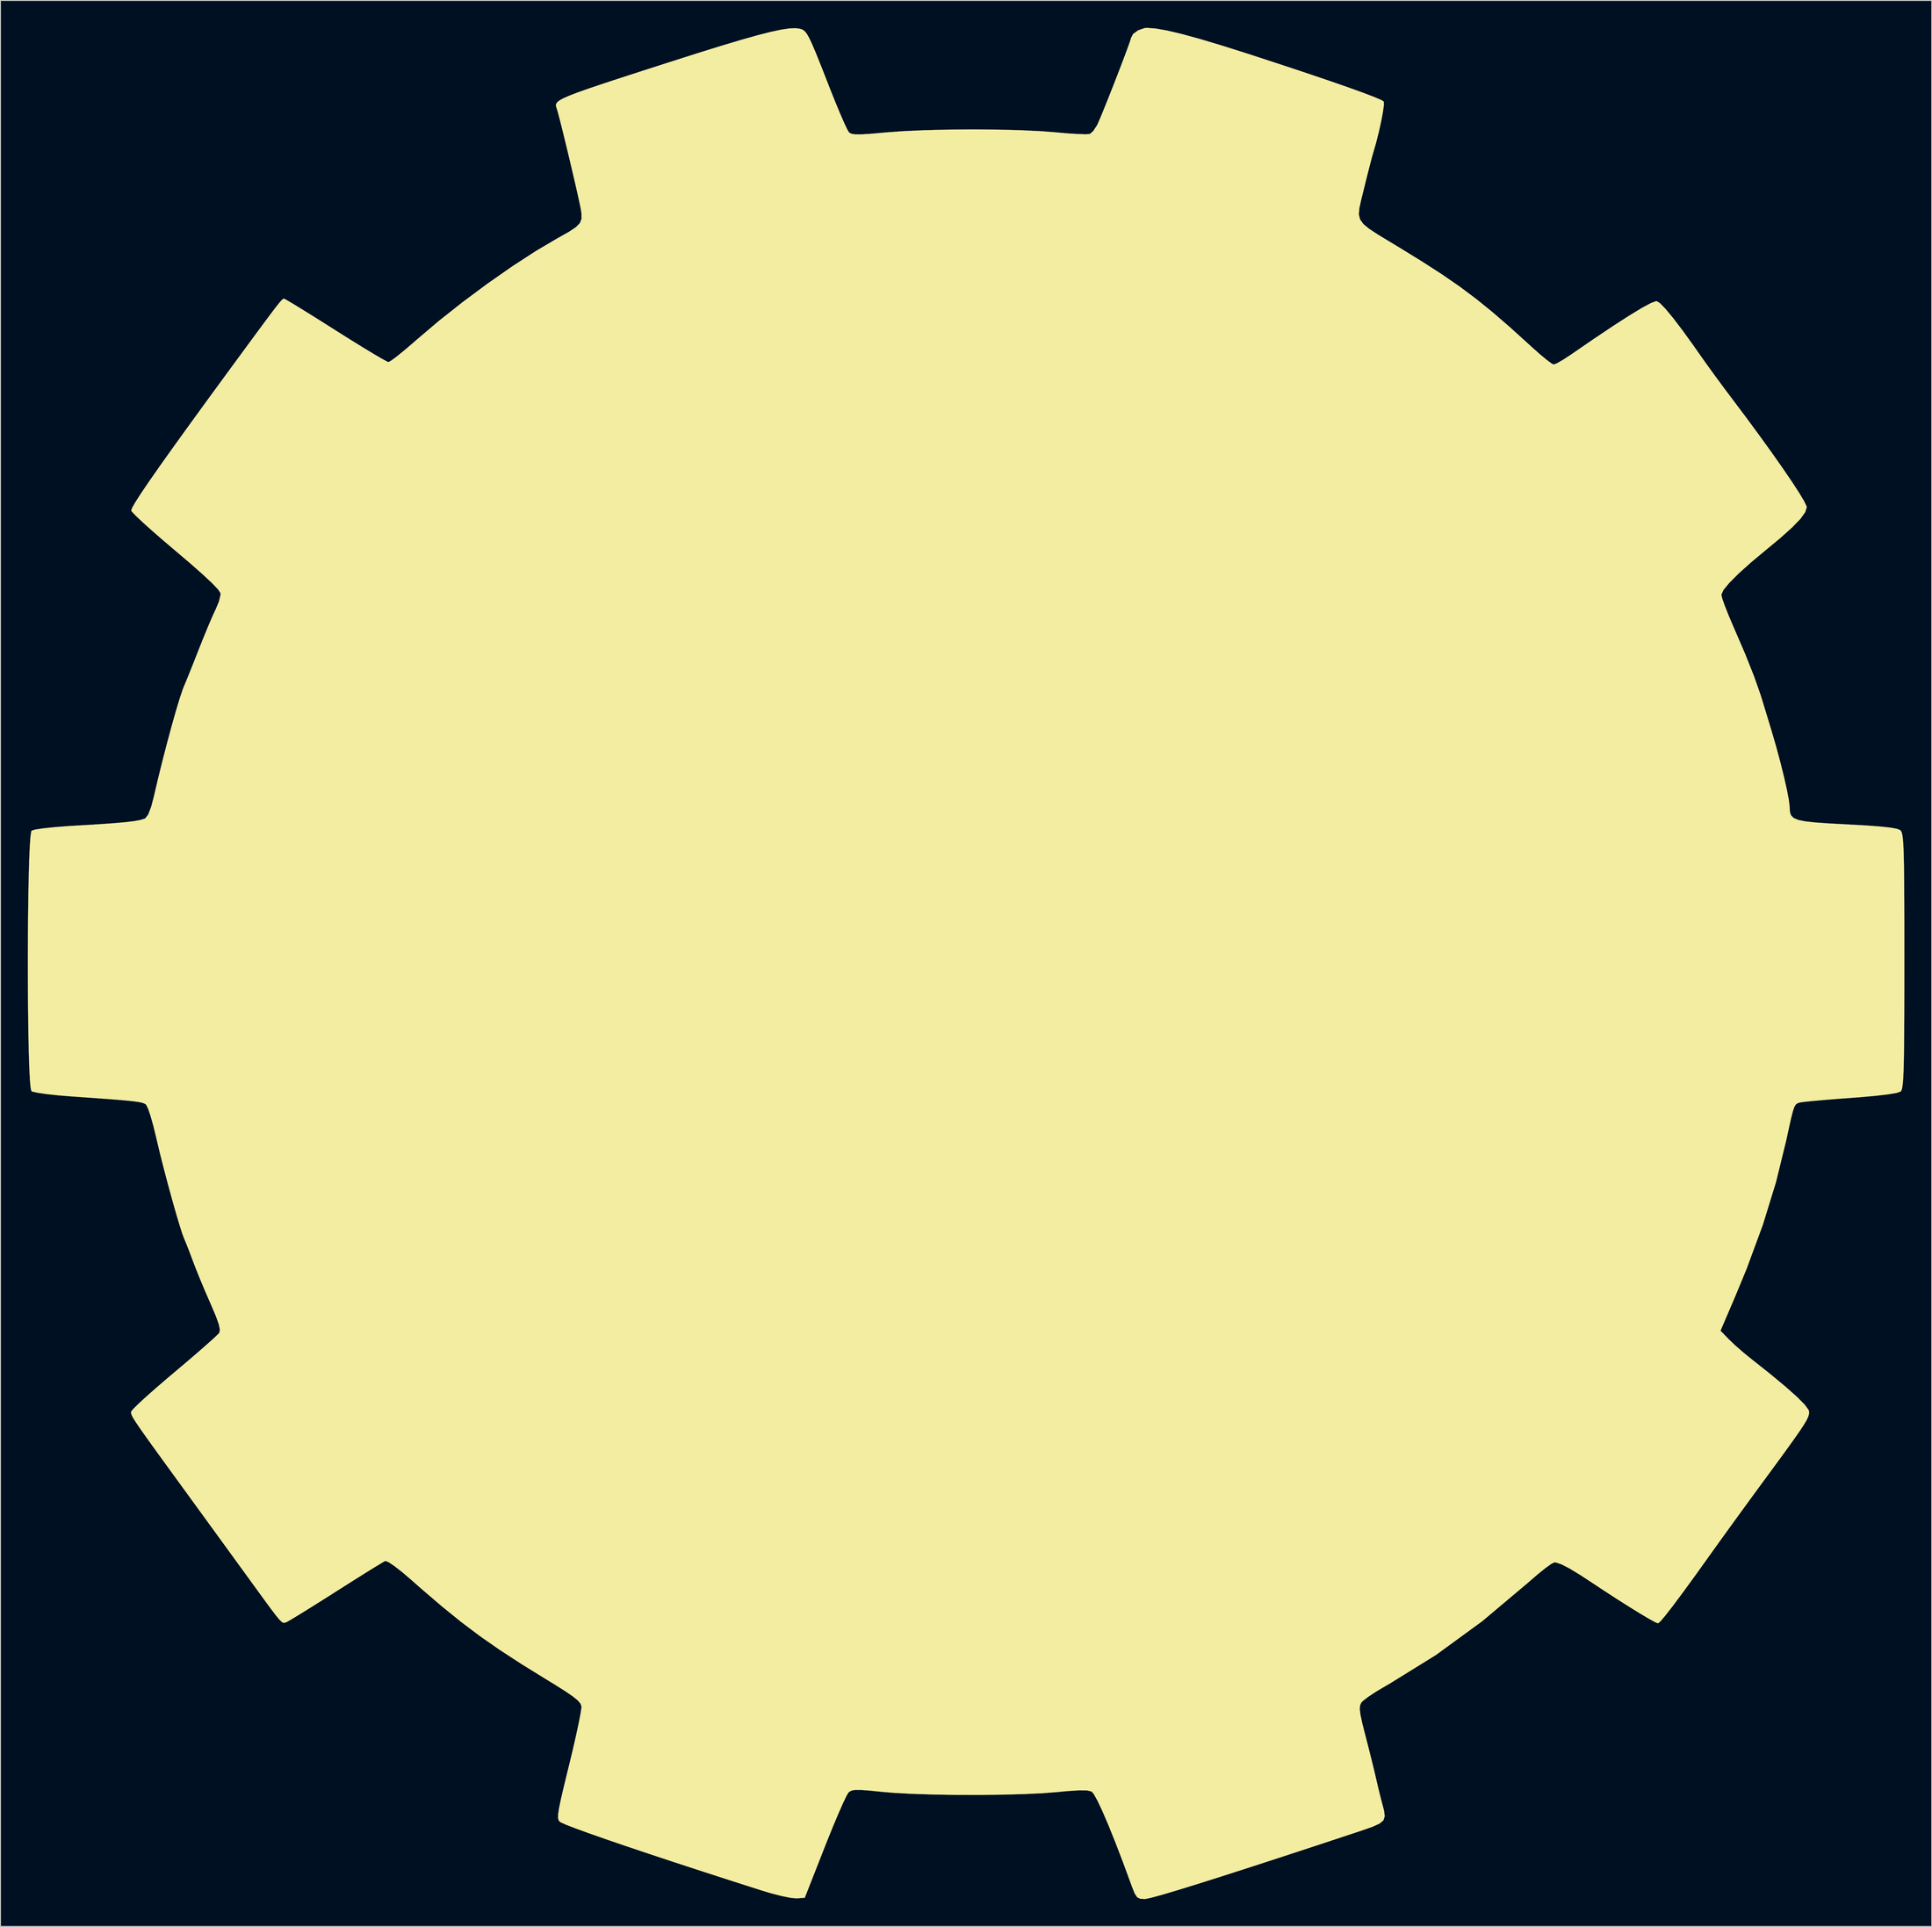
<source format=kicad_pcb>
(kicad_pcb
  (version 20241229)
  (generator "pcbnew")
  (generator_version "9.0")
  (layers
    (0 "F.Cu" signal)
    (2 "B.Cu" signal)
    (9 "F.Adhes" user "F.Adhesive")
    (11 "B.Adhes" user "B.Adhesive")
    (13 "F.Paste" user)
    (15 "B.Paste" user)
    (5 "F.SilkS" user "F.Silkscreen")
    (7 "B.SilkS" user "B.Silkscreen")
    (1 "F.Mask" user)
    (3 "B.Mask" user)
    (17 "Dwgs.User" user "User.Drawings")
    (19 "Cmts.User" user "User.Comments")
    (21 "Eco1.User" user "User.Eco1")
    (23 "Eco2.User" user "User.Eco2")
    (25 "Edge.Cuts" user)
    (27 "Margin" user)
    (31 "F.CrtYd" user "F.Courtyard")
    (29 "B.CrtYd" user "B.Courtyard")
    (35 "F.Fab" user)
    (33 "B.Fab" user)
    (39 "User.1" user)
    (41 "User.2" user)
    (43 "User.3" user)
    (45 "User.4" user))
  (footprint "gear_background"
    (layer "F.Cu")
    (at 102.714 102.407)
    (property "Reference" "gear_background" (at 0 0 0) (layer "F.SilkS") (effects (font (size 1.524 1.524) (thickness 0.3))))
    (attr through_hole)
    (fp_poly (pts (xy 20.889 -102.329) (xy 22.155 -102.107) (xy 23.775 -101.724) (xy 25.783 -101.173) (xy 28.214 -100.444) (xy 31.103 -99.528) (xy 31.416 -99.426) (xy 34.548 -98.402) (xy 37.357 -97.469) (xy 39.814 -96.637) (xy 41.893 -95.916) (xy 43.567 -95.313) (xy 44.809 -94.84) (xy 45.593 -94.506) (xy 45.888 -94.326) (xy 45.901 -93.96) (xy 45.799 -93.204) (xy 45.608 -92.183) (xy 45.352 -91.024) (xy 45.058 -89.851) (xy 44.784 -88.9) (xy 44.588 -88.211) (xy 44.309 -87.152) (xy 43.985 -85.875) (xy 43.693 -84.685) (xy 43.405 -83.525) (xy 43.211 -82.642) (xy 43.156 -81.961) (xy 43.289 -81.406) (xy 43.654 -80.9) (xy 44.298 -80.369) (xy 45.268 -79.735) (xy 46.609 -78.923) (xy 47.553 -78.354) (xy 50.087 -76.794) (xy 52.262 -75.391) (xy 54.197 -74.056) (xy 56.008 -72.702) (xy 57.814 -71.239) (xy 59.731 -69.581) (xy 61.876 -67.638) (xy 62.088 -67.444) (xy 62.98 -66.648) (xy 63.749 -66.011) (xy 64.299 -65.608) (xy 64.514 -65.506) (xy 64.88 -65.65) (xy 65.542 -66.029) (xy 66.359 -66.563) (xy 66.423 -66.607) (xy 68.916 -68.319) (xy 71.049 -69.747) (xy 72.811 -70.882) (xy 74.187 -71.717) (xy 75.167 -72.243) (xy 75.736 -72.453) (xy 75.786 -72.457) (xy 76.15 -72.237) (xy 76.768 -71.6) (xy 77.608 -70.586) (xy 78.642 -69.23) (xy 79.839 -67.57) (xy 80.348 -66.842) (xy 81.185 -65.657) (xy 82.203 -64.25) (xy 83.255 -62.824) (xy 83.953 -61.896) (xy 85.545 -59.778) (xy 87.041 -57.746) (xy 88.41 -55.848) (xy 89.618 -54.128) (xy 90.636 -52.633) (xy 91.431 -51.409) (xy 91.972 -50.501) (xy 92.226 -49.956) (xy 92.242 -49.866) (xy 92.074 -49.323) (xy 91.552 -48.597) (xy 90.652 -47.662) (xy 89.347 -46.492) (xy 87.888 -45.282) (xy 86.176 -43.855) (xy 84.791 -42.613) (xy 83.762 -41.585) (xy 83.117 -40.8) (xy 82.885 -40.285) (xy 82.884 -40.272) (xy 82.989 -39.836) (xy 83.275 -39.028) (xy 83.699 -37.96) (xy 84.218 -36.744) (xy 84.256 -36.659) (xy 85.493 -33.787) (xy 86.465 -31.343) (xy 87.184 -29.298) (xy 87.316 -28.876) (xy 87.571 -28.039) (xy 87.916 -26.907) (xy 88.284 -25.696) (xy 88.36 -25.447) (xy 88.862 -23.73) (xy 89.329 -22) (xy 89.738 -20.361) (xy 90.064 -18.914) (xy 90.283 -17.764) (xy 90.37 -17.013) (xy 90.371 -16.971) (xy 90.398 -16.477) (xy 90.524 -16.095) (xy 90.812 -15.805) (xy 91.323 -15.59) (xy 92.123 -15.43) (xy 93.274 -15.307) (xy 94.838 -15.201) (xy 96.653 -15.105) (xy 98.734 -14.989) (xy 100.321 -14.871) (xy 101.452 -14.746) (xy 102.168 -14.61) (xy 102.496 -14.471) (xy 102.594 -14.351) (xy 102.677 -14.14) (xy 102.745 -13.794) (xy 102.8 -13.27) (xy 102.844 -12.525) (xy 102.877 -11.516) (xy 102.902 -10.199) (xy 102.919 -8.531) (xy 102.929 -6.47) (xy 102.935 -3.971) (xy 102.937 -0.992) (xy 102.937 -0.134) (xy 102.935 2.999) (xy 102.93 5.64) (xy 102.919 7.83) (xy 102.902 9.611) (xy 102.878 11.027) (xy 102.844 12.119) (xy 102.801 12.928) (xy 102.747 13.498) (xy 102.681 13.871) (xy 102.601 14.088) (xy 102.532 14.173) (xy 102.103 14.321) (xy 101.184 14.477) (xy 99.821 14.637) (xy 98.059 14.795) (xy 97.118 14.865) (xy 95.5 14.986) (xy 94.035 15.105) (xy 92.819 15.214) (xy 91.949 15.304) (xy 91.525 15.365) (xy 91.266 15.439) (xy 91.068 15.566) (xy 90.899 15.828) (xy 90.73 16.305) (xy 90.532 17.077) (xy 90.275 18.225) (xy 89.996 19.518) (xy 88.864 24.131) (xy 87.433 28.776) (xy 85.663 33.576) (xy 84.427 36.569) (xy 82.793 40.386) (xy 83.701 41.324) (xy 84.415 42.003) (xy 85.332 42.802) (xy 86.053 43.389) (xy 88.197 45.091) (xy 89.902 46.505) (xy 91.175 47.636) (xy 92.022 48.491) (xy 92.45 49.075) (xy 92.509 49.279) (xy 92.487 49.53) (xy 92.4 49.824) (xy 92.214 50.212) (xy 91.896 50.743) (xy 91.415 51.467) (xy 90.737 52.433) (xy 89.83 53.692) (xy 88.661 55.292) (xy 87.584 56.758) (xy 86.38 58.401) (xy 85.116 60.134) (xy 83.885 61.83) (xy 82.78 63.36) (xy 81.895 64.595) (xy 81.859 64.646) (xy 80.135 67.054) (xy 78.705 69.021) (xy 77.569 70.545) (xy 76.727 71.626) (xy 76.181 72.263) (xy 75.938 72.457) (xy 75.602 72.316) (xy 74.899 71.926) (xy 73.902 71.332) (xy 72.688 70.581) (xy 71.334 69.721) (xy 69.915 68.798) (xy 68.981 68.178) (xy 67.43 67.162) (xy 66.249 66.445) (xy 65.386 65.999) (xy 64.787 65.794) (xy 64.588 65.773) (xy 64.241 65.943) (xy 63.593 66.409) (xy 62.736 67.099) (xy 61.759 67.944) (xy 61.7 67.997) (xy 56.675 72.225) (xy 51.606 75.923) (xy 46.487 79.095) (xy 46.151 79.284) (xy 45.107 79.9) (xy 44.219 80.483) (xy 43.609 80.951) (xy 43.423 81.147) (xy 43.288 81.449) (xy 43.254 81.867) (xy 43.335 82.502) (xy 43.543 83.453) (xy 43.874 84.757) (xy 44.236 86.167) (xy 44.589 87.574) (xy 44.886 88.794) (xy 45.046 89.481) (xy 45.297 90.559) (xy 45.553 91.596) (xy 45.7 92.154) (xy 45.92 92.992) (xy 45.993 93.595) (xy 45.852 94.039) (xy 45.43 94.398) (xy 44.662 94.747) (xy 43.482 95.161) (xy 42.846 95.372) (xy 38.42 96.836) (xy 34.445 98.141) (xy 30.926 99.285) (xy 27.871 100.267) (xy 25.285 101.084) (xy 23.176 101.734) (xy 21.55 102.215) (xy 20.414 102.525) (xy 19.774 102.662) (xy 19.684 102.669) (xy 19.19 102.639) (xy 18.859 102.472) (xy 18.589 102.054) (xy 18.277 101.272) (xy 18.178 100.998) (xy 17.306 98.629) (xy 16.484 96.488) (xy 15.733 94.622) (xy 15.072 93.081) (xy 14.522 91.91) (xy 14.104 91.159) (xy 13.867 90.886) (xy 13.388 90.77) (xy 12.528 90.754) (xy 11.234 90.837) (xy 10.214 90.937) (xy 8.556 91.07) (xy 6.486 91.168) (xy 4.125 91.231) (xy 1.594 91.261) (xy -0.984 91.256) (xy -3.489 91.216) (xy -5.8 91.143) (xy -7.794 91.035) (xy -9.05 90.928) (xy -10.447 90.786) (xy -11.411 90.713) (xy -12.041 90.71) (xy -12.434 90.779) (xy -12.691 90.922) (xy -12.778 91.002) (xy -12.997 91.368) (xy -13.373 92.155) (xy -13.871 93.285) (xy -14.459 94.679) (xy -15.1 96.26) (xy -15.386 96.982) (xy -17.569 102.536) (xy -18.477 102.597) (xy -19.105 102.541) (xy -20.089 102.344) (xy -21.278 102.038) (xy -22.192 101.764) (xy -25.596 100.675) (xy -28.834 99.627) (xy -31.867 98.635) (xy -34.66 97.709) (xy -37.176 96.863) (xy -39.379 96.109) (xy -41.23 95.459) (xy -42.695 94.926) (xy -43.736 94.523) (xy -44.317 94.261) (xy -44.409 94.202) (xy -44.539 94.043) (xy -44.604 93.791) (xy -44.595 93.379) (xy -44.5 92.741) (xy -44.308 91.81) (xy -44.01 90.519) (xy -43.593 88.803) (xy -43.402 88.026) (xy -42.987 86.305) (xy -42.626 84.726) (xy -42.336 83.373) (xy -42.135 82.333) (xy -42.042 81.689) (xy -42.039 81.555) (xy -42.146 81.252) (xy -42.446 80.899) (xy -43 80.45) (xy -43.868 79.858) (xy -45.112 79.075) (xy -45.868 78.614) (xy -48.608 76.92) (xy -50.996 75.366) (xy -53.16 73.857) (xy -55.229 72.3) (xy -57.33 70.599) (xy -59.592 68.661) (xy -60.666 67.713) (xy -61.675 66.851) (xy -62.544 66.174) (xy -63.191 65.742) (xy -63.533 65.615) (xy -63.539 65.617) (xy -63.861 65.796) (xy -64.563 66.22) (xy -65.576 66.846) (xy -66.828 67.631) (xy -68.251 68.531) (xy -68.926 68.96) (xy -70.408 69.9) (xy -71.755 70.745) (xy -72.897 71.453) (xy -73.763 71.979) (xy -74.282 72.28) (xy -74.382 72.329) (xy -74.548 72.391) (xy -74.701 72.397) (xy -74.888 72.297) (xy -75.151 72.039) (xy -75.538 71.57) (xy -76.092 70.839) (xy -76.859 69.795) (xy -77.884 68.385) (xy -78.227 67.912) (xy -79.195 66.58) (xy -80.393 64.931) (xy -81.738 63.08) (xy -83.147 61.143) (xy -84.536 59.233) (xy -85.372 58.083) (xy -86.917 55.959) (xy -88.176 54.225) (xy -89.177 52.839) (xy -89.95 51.758) (xy -90.523 50.94) (xy -90.925 50.342) (xy -91.184 49.924) (xy -91.33 49.641) (xy -91.391 49.453) (xy -91.396 49.317) (xy -91.384 49.243) (xy -91.164 48.963) (xy -90.591 48.397) (xy -89.723 47.6) (xy -88.622 46.626) (xy -87.345 45.529) (xy -86.65 44.943) (xy -85.296 43.799) (xy -84.072 42.748) (xy -83.043 41.847) (xy -82.269 41.15) (xy -81.815 40.711) (xy -81.727 40.608) (xy -81.664 40.266) (xy -81.785 39.676) (xy -82.113 38.764) (xy -82.671 37.456) (xy -82.696 37.399) (xy -83.288 36.04) (xy -83.879 34.627) (xy -84.385 33.367) (xy -84.619 32.753) (xy -84.992 31.758) (xy -85.325 30.904) (xy -85.551 30.367) (xy -85.56 30.346) (xy -85.78 29.767) (xy -86.099 28.766) (xy -86.492 27.444) (xy -86.93 25.898) (xy -87.385 24.229) (xy -87.832 22.533) (xy -88.242 20.91) (xy -88.588 19.459) (xy -88.635 19.251) (xy -88.949 17.961) (xy -89.262 16.85) (xy -89.541 16.03) (xy -89.751 15.611) (xy -89.768 15.595) (xy -89.929 15.491) (xy -90.179 15.4) (xy -90.577 15.317) (xy -91.182 15.235) (xy -92.054 15.146) (xy -93.254 15.045) (xy -94.841 14.926) (xy -96.874 14.781) (xy -97.97 14.704) (xy -99.397 14.588) (xy -100.647 14.453) (xy -101.618 14.314) (xy -102.204 14.184) (xy -102.315 14.132) (xy -102.402 13.798) (xy -102.478 12.991) (xy -102.543 11.772) (xy -102.597 10.202) (xy -102.641 8.341) (xy -102.674 6.252) (xy -102.696 3.996) (xy -102.708 1.633) (xy -102.709 -0.774) (xy -102.7 -3.166) (xy -102.68 -5.481) (xy -102.65 -7.656) (xy -102.609 -9.633) (xy -102.557 -11.348) (xy -102.496 -12.741) (xy -102.424 -13.752) (xy -102.342 -14.317) (xy -102.299 -14.413) (xy -101.901 -14.538) (xy -101.049 -14.67) (xy -99.821 -14.8) (xy -98.296 -14.919) (xy -97.42 -14.973) (xy -95.178 -15.105) (xy -93.412 -15.227) (xy -92.063 -15.343) (xy -91.073 -15.462) (xy -90.383 -15.588) (xy -89.935 -15.727) (xy -89.833 -15.776) (xy -89.521 -16.187) (xy -89.189 -17.055) (xy -88.915 -18.101) (xy -88.463 -20.028) (xy -87.971 -22.022) (xy -87.461 -23.994) (xy -86.959 -25.856) (xy -86.488 -27.522) (xy -86.072 -28.902) (xy -85.735 -29.911) (xy -85.559 -30.346) (xy -85.371 -30.788) (xy -85.034 -31.616) (xy -84.593 -32.721) (xy -84.092 -33.99) (xy -83.996 -34.236) (xy -83.453 -35.597) (xy -82.921 -36.885) (xy -82.458 -37.962) (xy -82.122 -38.689) (xy -82.099 -38.735) (xy -81.765 -39.538) (xy -81.599 -40.239) (xy -81.598 -40.452) (xy -81.839 -40.83) (xy -82.482 -41.511) (xy -83.505 -42.47) (xy -84.883 -43.688) (xy -86.492 -45.056) (xy -87.858 -46.215) (xy -89.08 -47.278) (xy -90.1 -48.194) (xy -90.859 -48.909) (xy -91.298 -49.369) (xy -91.383 -49.5) (xy -91.283 -49.798) (xy -90.924 -50.428) (xy -90.298 -51.401) (xy -89.398 -52.729) (xy -88.214 -54.423) (xy -86.74 -56.494) (xy -84.966 -58.955) (xy -82.886 -61.817) (xy -80.49 -65.091) (xy -80.186 -65.505) (xy -78.75 -67.461) (xy -77.597 -69.028) (xy -76.693 -70.249) (xy -76.007 -71.168) (xy -75.505 -71.827) (xy -75.154 -72.268) (xy -74.921 -72.536) (xy -74.773 -72.672) (xy -74.677 -72.72) (xy -74.637 -72.724) (xy -74.369 -72.587) (xy -73.714 -72.2) (xy -72.737 -71.604) (xy -71.502 -70.837) (xy -70.072 -69.939) (xy -68.981 -69.248) (xy -67.444 -68.28) (xy -66.047 -67.415) (xy -64.857 -66.694) (xy -63.938 -66.156) (xy -63.358 -65.84) (xy -63.188 -65.773) (xy -62.88 -65.942) (xy -62.258 -66.405) (xy -61.406 -67.097) (xy -60.405 -67.953) (xy -60.108 -68.214) (xy -57.701 -70.258) (xy -55.07 -72.34) (xy -52.331 -74.375) (xy -49.603 -76.279) (xy -47.004 -77.966) (xy -44.652 -79.352) (xy -44.593 -79.384) (xy -43.418 -80.047) (xy -42.648 -80.559) (xy -42.21 -81.006) (xy -42.031 -81.477) (xy -42.039 -82.06) (xy -42.089 -82.418) (xy -42.206 -83.019) (xy -42.42 -84.004) (xy -42.708 -85.271) (xy -43.045 -86.721) (xy -43.408 -88.252) (xy -43.771 -89.763) (xy -44.112 -91.152) (xy -44.406 -92.32) (xy -44.629 -93.165) (xy -44.754 -93.579) (xy -44.828 -93.802) (xy -44.836 -94.006) (xy -44.736 -94.208) (xy -44.489 -94.424) (xy -44.055 -94.671) (xy -43.392 -94.965) (xy -42.461 -95.323) (xy -41.221 -95.762) (xy -39.632 -96.298) (xy -37.653 -96.948) (xy -35.244 -97.729) (xy -32.485 -98.617) (xy -29.397 -99.602) (xy -26.774 -100.419) (xy -24.575 -101.078) (xy -22.761 -101.59) (xy -21.291 -101.964) (xy -20.127 -102.212) (xy -19.227 -102.343) (xy -18.553 -102.368) (xy -18.111 -102.308) (xy -17.851 -102.225) (xy -17.618 -102.079) (xy -17.383 -101.811) (xy -17.116 -101.361) (xy -16.786 -100.669) (xy -16.364 -99.677) (xy -15.82 -98.325) (xy -15.123 -96.554) (xy -14.849 -95.852) (xy -14.261 -94.376) (xy -13.715 -93.059) (xy -13.25 -91.99) (xy -12.902 -91.254) (xy -12.719 -90.948) (xy -12.49 -90.807) (xy -12.09 -90.734) (xy -11.43 -90.727) (xy -10.425 -90.787) (xy -8.987 -90.914) (xy -8.79 -90.933) (xy -6.803 -91.08) (xy -4.44 -91.185) (xy -1.834 -91.248) (xy 0.882 -91.269) (xy 3.575 -91.248) (xy 6.113 -91.183) (xy 8.361 -91.076) (xy 9.916 -90.954) (xy 11.23 -90.839) (xy 12.37 -90.766) (xy 13.222 -90.742) (xy 13.668 -90.77) (xy 13.682 -90.775) (xy 14.056 -91.105) (xy 14.455 -91.715) (xy 14.512 -91.829) (xy 14.777 -92.429) (xy 15.164 -93.363) (xy 15.636 -94.536) (xy 16.156 -95.849) (xy 16.685 -97.206) (xy 17.187 -98.511) (xy 17.623 -99.666) (xy 17.956 -100.576) (xy 18.149 -101.142) (xy 18.181 -101.275) (xy 18.413 -101.729) (xy 18.979 -102.139) (xy 19.685 -102.38) (xy 19.94 -102.402) (xy 20.889 -102.329)) (stroke (width 0.01) (type solid)) (fill yes) (layer "F.SilkS")))
  (gr_rect
    (start -3 -3)
    (end 208.656 208.081)
    (stroke (width 0.1) (type default))
    (fill no)
    (layer "Edge.Cuts")))
</source>
